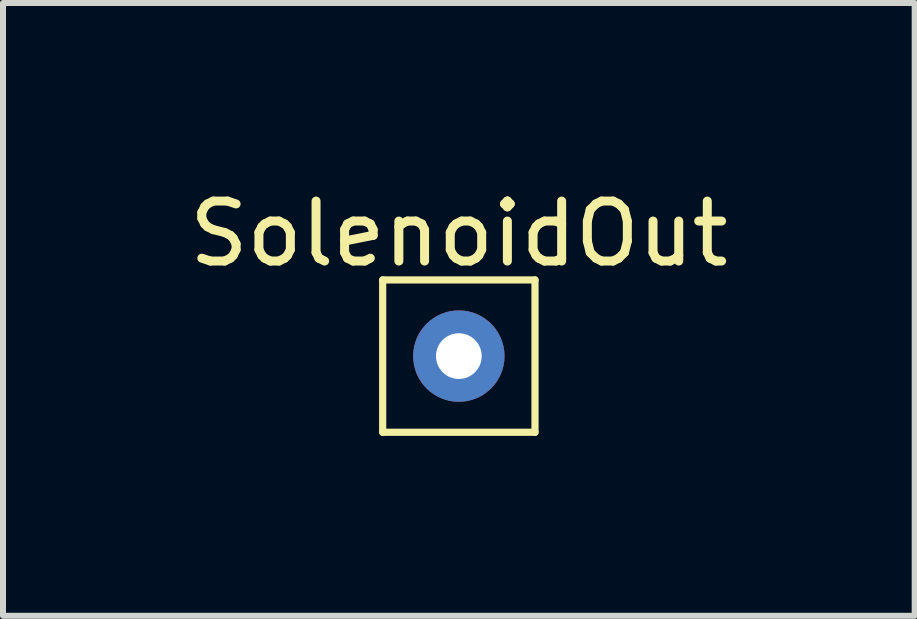
<source format=kicad_pcb>
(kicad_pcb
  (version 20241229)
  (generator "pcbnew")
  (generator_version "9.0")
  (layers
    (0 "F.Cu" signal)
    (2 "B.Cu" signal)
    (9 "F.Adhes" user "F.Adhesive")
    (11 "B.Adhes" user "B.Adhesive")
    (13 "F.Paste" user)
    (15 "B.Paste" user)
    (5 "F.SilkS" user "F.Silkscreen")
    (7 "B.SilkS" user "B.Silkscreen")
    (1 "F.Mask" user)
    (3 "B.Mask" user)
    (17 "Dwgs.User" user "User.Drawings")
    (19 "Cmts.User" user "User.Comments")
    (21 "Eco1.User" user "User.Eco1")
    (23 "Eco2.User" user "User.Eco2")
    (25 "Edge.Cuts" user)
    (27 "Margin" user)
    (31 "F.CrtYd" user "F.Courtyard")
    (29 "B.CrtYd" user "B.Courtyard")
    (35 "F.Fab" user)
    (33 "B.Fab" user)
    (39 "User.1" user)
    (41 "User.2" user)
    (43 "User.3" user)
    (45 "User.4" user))
  (footprint "SolenoidOut"
    (layer "F.Cu")
    (at 4.601 0.348)
    (property "Reference" "SolenoidOut" (at 0 0.5 0) (layer "F.SilkS") (effects (font (size 1 1) (thickness 0.15))))
    (attr through_hole)
    (fp_line (start -1.27 1.27) (end -1.27 3.81) (stroke (width 0.12) (type solid)) (layer "F.SilkS"))
    (fp_line (start -1.27 3.81) (end 1.27 3.81) (stroke (width 0.12) (type solid)) (layer "F.SilkS"))
    (fp_line (start 1.27 1.27) (end -1.27 1.27) (stroke (width 0.12) (type solid)) (layer "F.SilkS"))
    (fp_line (start 1.27 3.81) (end 1.27 1.27) (stroke (width 0.12) (type solid)) (layer "F.SilkS"))
    (pad "1" thru_hole circle (at 0 2.54) (size 1.524 1.524) (drill 0.762) (layers "*.Cu" "*.Mask")))
  (gr_rect
    (start -3 -3)
    (end 12.202 7.218)
    (stroke (width 0.1) (type default))
    (fill no)
    (layer "Edge.Cuts")))
</source>
